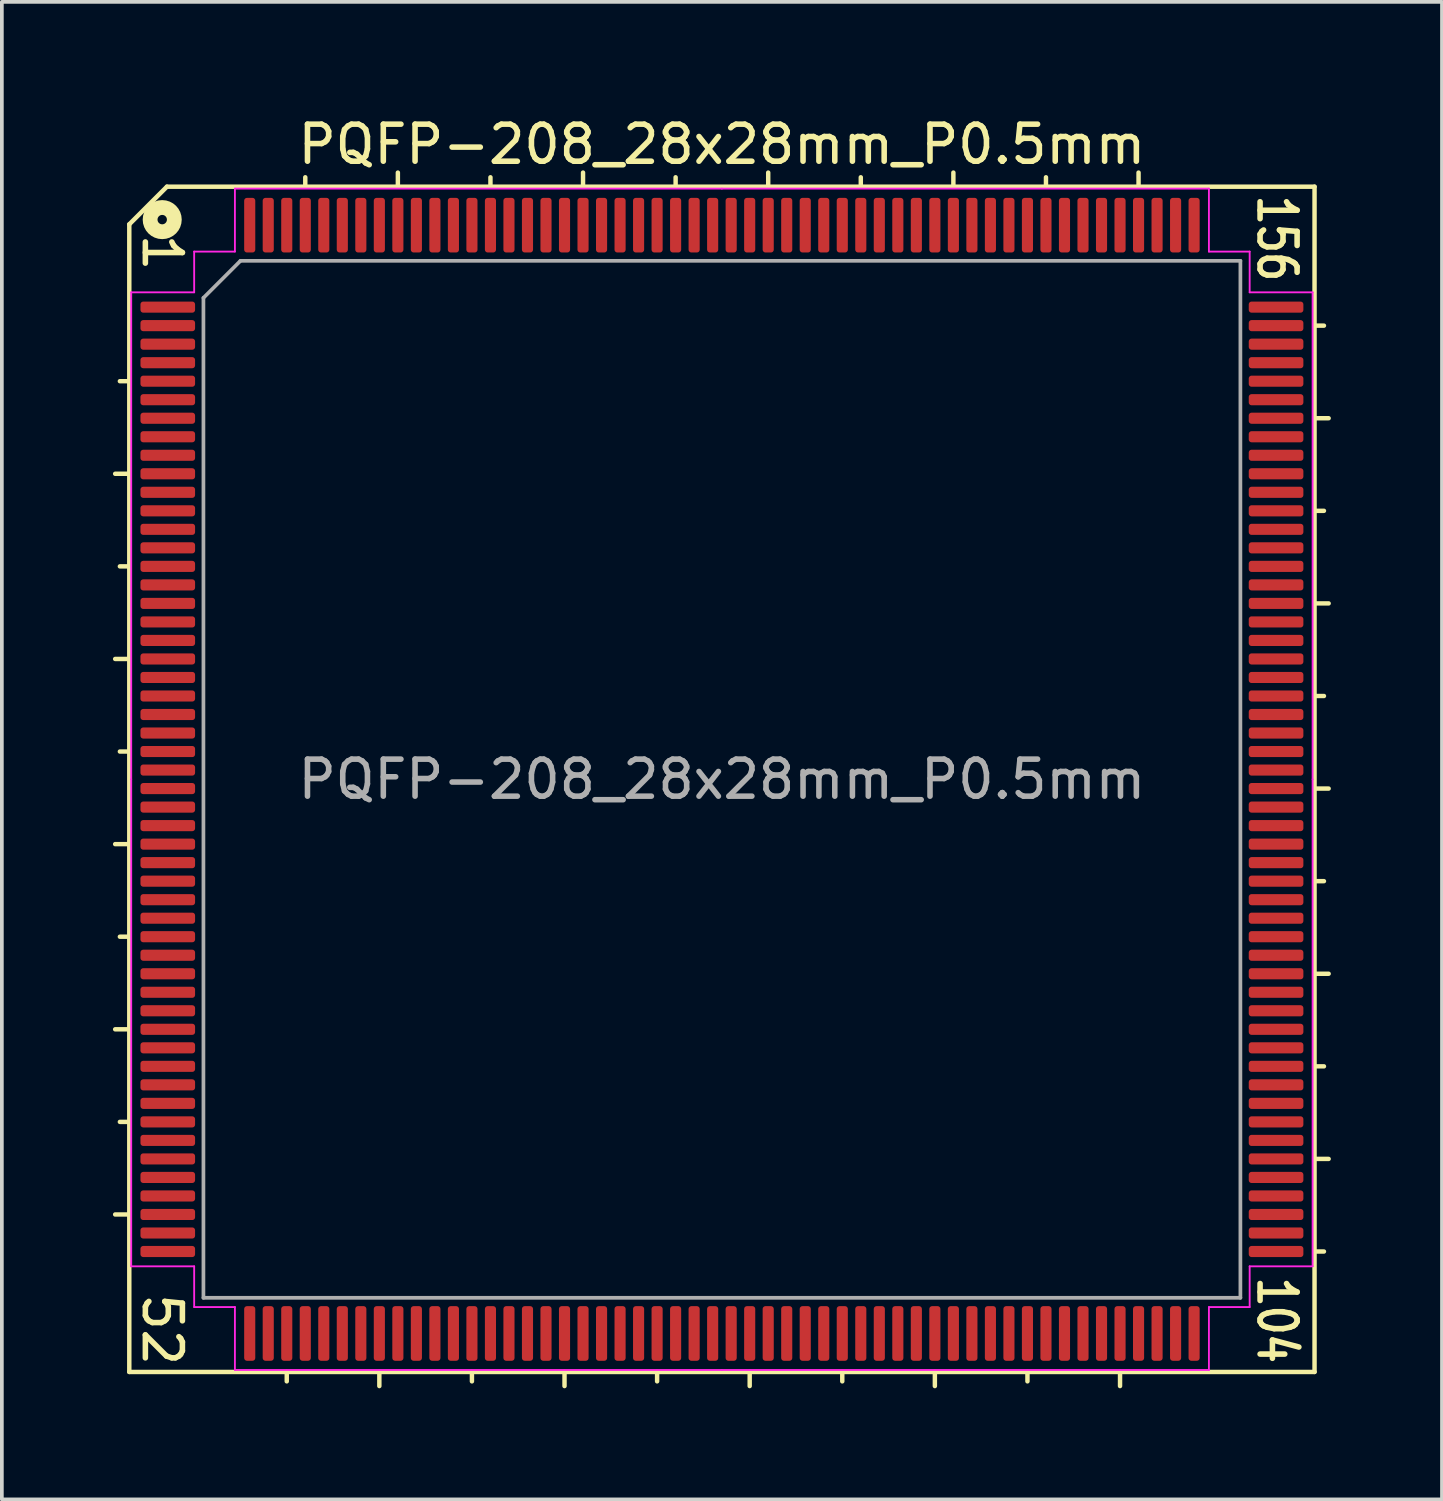
<source format=kicad_pcb>
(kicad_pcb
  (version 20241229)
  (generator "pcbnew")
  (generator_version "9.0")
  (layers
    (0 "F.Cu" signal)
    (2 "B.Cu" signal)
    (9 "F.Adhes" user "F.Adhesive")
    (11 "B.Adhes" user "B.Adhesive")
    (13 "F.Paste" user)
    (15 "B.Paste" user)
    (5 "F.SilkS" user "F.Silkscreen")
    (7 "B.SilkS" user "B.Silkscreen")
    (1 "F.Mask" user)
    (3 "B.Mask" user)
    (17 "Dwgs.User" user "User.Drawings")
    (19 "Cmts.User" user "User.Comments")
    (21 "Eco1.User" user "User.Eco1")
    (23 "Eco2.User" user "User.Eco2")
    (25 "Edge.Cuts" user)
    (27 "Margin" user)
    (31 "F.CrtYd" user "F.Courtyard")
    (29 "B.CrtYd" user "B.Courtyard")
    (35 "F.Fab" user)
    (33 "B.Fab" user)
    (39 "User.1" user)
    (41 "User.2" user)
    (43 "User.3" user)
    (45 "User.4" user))
  (footprint "PQFP-208_28x28mm_P0.5mm"
    (layer "F.Cu")
    (at 16.443 17.993)
    (property "Reference" "PQFP-208_28x28mm_P0.5mm" (at 0 -17.145 0) (layer "F.SilkS") (effects (font (size 1 1) (thickness 0.15))))
    (attr smd)
    (fp_line (start -16.002 -14.986) (end -16.002 16.002) (stroke (width 0.12) (type solid)) (layer "F.SilkS"))
    (fp_line (start -16.002 -10.75) (end -16.256 -10.75) (stroke (width 0.12) (type solid)) (layer "F.SilkS"))
    (fp_line (start -16.002 -8.25) (end -16.383 -8.25) (stroke (width 0.12) (type solid)) (layer "F.SilkS"))
    (fp_line (start -16.002 -5.75) (end -16.256 -5.75) (stroke (width 0.12) (type solid)) (layer "F.SilkS"))
    (fp_line (start -16.002 -3.25) (end -16.383 -3.25) (stroke (width 0.12) (type solid)) (layer "F.SilkS"))
    (fp_line (start -16.002 -0.75) (end -16.256 -0.75) (stroke (width 0.12) (type solid)) (layer "F.SilkS"))
    (fp_line (start -16.002 1.75) (end -16.383 1.75) (stroke (width 0.12) (type solid)) (layer "F.SilkS"))
    (fp_line (start -16.002 4.25) (end -16.256 4.25) (stroke (width 0.12) (type solid)) (layer "F.SilkS"))
    (fp_line (start -16.002 6.75) (end -16.383 6.75) (stroke (width 0.12) (type solid)) (layer "F.SilkS"))
    (fp_line (start -16.002 9.25) (end -16.256 9.25) (stroke (width 0.12) (type solid)) (layer "F.SilkS"))
    (fp_line (start -16.002 11.75) (end -16.383 11.75) (stroke (width 0.12) (type solid)) (layer "F.SilkS"))
    (fp_line (start -16.002 16.002) (end 16.002 16.002) (stroke (width 0.12) (type solid)) (layer "F.SilkS"))
    (fp_line (start -14.986 -16.002) (end -16.002 -14.986) (stroke (width 0.12) (type solid)) (layer "F.SilkS"))
    (fp_line (start -11.75 16.002) (end -11.75 16.256) (stroke (width 0.12) (type solid)) (layer "F.SilkS"))
    (fp_line (start -11.25 -16.002) (end -11.25 -16.256) (stroke (width 0.12) (type solid)) (layer "F.SilkS"))
    (fp_line (start -9.25 16.002) (end -9.25 16.383) (stroke (width 0.12) (type solid)) (layer "F.SilkS"))
    (fp_line (start -8.75 -16.002) (end -8.75 -16.383) (stroke (width 0.12) (type solid)) (layer "F.SilkS"))
    (fp_line (start -6.75 16.002) (end -6.75 16.256) (stroke (width 0.12) (type solid)) (layer "F.SilkS"))
    (fp_line (start -6.25 -16.002) (end -6.25 -16.256) (stroke (width 0.12) (type solid)) (layer "F.SilkS"))
    (fp_line (start -4.25 16.002) (end -4.25 16.383) (stroke (width 0.12) (type solid)) (layer "F.SilkS"))
    (fp_line (start -3.75 -16.002) (end -3.75 -16.383) (stroke (width 0.12) (type solid)) (layer "F.SilkS"))
    (fp_line (start -1.75 16.002) (end -1.75 16.256) (stroke (width 0.12) (type solid)) (layer "F.SilkS"))
    (fp_line (start -1.25 -16.002) (end -1.25 -16.256) (stroke (width 0.12) (type solid)) (layer "F.SilkS"))
    (fp_line (start 0.75 16.002) (end 0.75 16.383) (stroke (width 0.12) (type solid)) (layer "F.SilkS"))
    (fp_line (start 1.25 -16.002) (end 1.25 -16.383) (stroke (width 0.12) (type solid)) (layer "F.SilkS"))
    (fp_line (start 3.25 16.002) (end 3.25 16.256) (stroke (width 0.12) (type solid)) (layer "F.SilkS"))
    (fp_line (start 3.75 -16.002) (end 3.75 -16.256) (stroke (width 0.12) (type solid)) (layer "F.SilkS"))
    (fp_line (start 5.75 16.002) (end 5.75 16.383) (stroke (width 0.12) (type solid)) (layer "F.SilkS"))
    (fp_line (start 6.25 -16.002) (end 6.25 -16.383) (stroke (width 0.12) (type solid)) (layer "F.SilkS"))
    (fp_line (start 8.25 16.002) (end 8.25 16.256) (stroke (width 0.12) (type solid)) (layer "F.SilkS"))
    (fp_line (start 8.75 -16.002) (end 8.75 -16.256) (stroke (width 0.12) (type solid)) (layer "F.SilkS"))
    (fp_line (start 10.75 16.002) (end 10.75 16.383) (stroke (width 0.12) (type solid)) (layer "F.SilkS"))
    (fp_line (start 11.25 -16.002) (end 11.25 -16.383) (stroke (width 0.12) (type solid)) (layer "F.SilkS"))
    (fp_line (start 16.002 -16.002) (end -14.986 -16.002) (stroke (width 0.12) (type solid)) (layer "F.SilkS"))
    (fp_line (start 16.002 -12.25) (end 16.256 -12.25) (stroke (width 0.12) (type solid)) (layer "F.SilkS"))
    (fp_line (start 16.002 -9.75) (end 16.383 -9.75) (stroke (width 0.12) (type solid)) (layer "F.SilkS"))
    (fp_line (start 16.002 -7.25) (end 16.256 -7.25) (stroke (width 0.12) (type solid)) (layer "F.SilkS"))
    (fp_line (start 16.002 -4.75) (end 16.383 -4.75) (stroke (width 0.12) (type solid)) (layer "F.SilkS"))
    (fp_line (start 16.002 -2.25) (end 16.256 -2.25) (stroke (width 0.12) (type solid)) (layer "F.SilkS"))
    (fp_line (start 16.002 0.25) (end 16.383 0.25) (stroke (width 0.12) (type solid)) (layer "F.SilkS"))
    (fp_line (start 16.002 2.75) (end 16.256 2.75) (stroke (width 0.12) (type solid)) (layer "F.SilkS"))
    (fp_line (start 16.002 5.25) (end 16.383 5.25) (stroke (width 0.12) (type solid)) (layer "F.SilkS"))
    (fp_line (start 16.002 7.75) (end 16.256 7.75) (stroke (width 0.12) (type solid)) (layer "F.SilkS"))
    (fp_line (start 16.002 10.25) (end 16.383 10.25) (stroke (width 0.12) (type solid)) (layer "F.SilkS"))
    (fp_line (start 16.002 12.75) (end 16.256 12.75) (stroke (width 0.12) (type solid)) (layer "F.SilkS"))
    (fp_line (start 16.002 16.002) (end 16.002 -16.002) (stroke (width 0.12) (type solid)) (layer "F.SilkS"))
    (fp_circle (center -15.113 -15.113) (end -14.986 -15.113) (stroke (width 0.4) (type solid)) (fill no) (layer "F.SilkS"))
    (fp_line (start -15.95 -13.15) (end -15.95 0) (stroke (width 0.05) (type solid)) (layer "F.CrtYd"))
    (fp_line (start -15.95 13.15) (end -15.95 0) (stroke (width 0.05) (type solid)) (layer "F.CrtYd"))
    (fp_line (start -14.25 -14.25) (end -14.25 -13.15) (stroke (width 0.05) (type solid)) (layer "F.CrtYd"))
    (fp_line (start -14.25 -13.15) (end -15.95 -13.15) (stroke (width 0.05) (type solid)) (layer "F.CrtYd"))
    (fp_line (start -14.25 13.15) (end -15.95 13.15) (stroke (width 0.05) (type solid)) (layer "F.CrtYd"))
    (fp_line (start -14.25 14.25) (end -14.25 13.15) (stroke (width 0.05) (type solid)) (layer "F.CrtYd"))
    (fp_line (start -13.15 -15.95) (end -13.15 -14.25) (stroke (width 0.05) (type solid)) (layer "F.CrtYd"))
    (fp_line (start -13.15 -14.25) (end -14.25 -14.25) (stroke (width 0.05) (type solid)) (layer "F.CrtYd"))
    (fp_line (start -13.15 14.25) (end -14.25 14.25) (stroke (width 0.05) (type solid)) (layer "F.CrtYd"))
    (fp_line (start -13.15 15.95) (end -13.15 14.25) (stroke (width 0.05) (type solid)) (layer "F.CrtYd"))
    (fp_line (start 0 -15.95) (end -13.15 -15.95) (stroke (width 0.05) (type solid)) (layer "F.CrtYd"))
    (fp_line (start 0 -15.95) (end 13.15 -15.95) (stroke (width 0.05) (type solid)) (layer "F.CrtYd"))
    (fp_line (start 0 15.95) (end -13.15 15.95) (stroke (width 0.05) (type solid)) (layer "F.CrtYd"))
    (fp_line (start 0 15.95) (end 13.15 15.95) (stroke (width 0.05) (type solid)) (layer "F.CrtYd"))
    (fp_line (start 13.15 -15.95) (end 13.15 -14.25) (stroke (width 0.05) (type solid)) (layer "F.CrtYd"))
    (fp_line (start 13.15 -14.25) (end 14.25 -14.25) (stroke (width 0.05) (type solid)) (layer "F.CrtYd"))
    (fp_line (start 13.15 14.25) (end 14.25 14.25) (stroke (width 0.05) (type solid)) (layer "F.CrtYd"))
    (fp_line (start 13.15 15.95) (end 13.15 14.25) (stroke (width 0.05) (type solid)) (layer "F.CrtYd"))
    (fp_line (start 14.25 -14.25) (end 14.25 -13.15) (stroke (width 0.05) (type solid)) (layer "F.CrtYd"))
    (fp_line (start 14.25 -13.15) (end 15.95 -13.15) (stroke (width 0.05) (type solid)) (layer "F.CrtYd"))
    (fp_line (start 14.25 13.15) (end 15.95 13.15) (stroke (width 0.05) (type solid)) (layer "F.CrtYd"))
    (fp_line (start 14.25 14.25) (end 14.25 13.15) (stroke (width 0.05) (type solid)) (layer "F.CrtYd"))
    (fp_line (start 15.95 -13.15) (end 15.95 0) (stroke (width 0.05) (type solid)) (layer "F.CrtYd"))
    (fp_line (start 15.95 13.15) (end 15.95 0) (stroke (width 0.05) (type solid)) (layer "F.CrtYd"))
    (fp_line (start -14 -13) (end -13 -14) (stroke (width 0.1) (type solid)) (layer "F.Fab"))
    (fp_line (start -14 14) (end -14 -13) (stroke (width 0.1) (type solid)) (layer "F.Fab"))
    (fp_line (start -13 -14) (end 14 -14) (stroke (width 0.1) (type solid)) (layer "F.Fab"))
    (fp_line (start 14 -14) (end 14 14) (stroke (width 0.1) (type solid)) (layer "F.Fab"))
    (fp_line (start 14 14) (end -14 14) (stroke (width 0.1) (type solid)) (layer "F.Fab"))
    (fp_text user "156" (at 14.986 -14.605 270) (unlocked yes) (layer "F.SilkS") (effects (font (size 1 0.8) (thickness 0.15))))
    (fp_text user "52" (at -15.113 14.859 270) (unlocked yes) (layer "F.SilkS") (effects (font (size 1 1) (thickness 0.15))))
    (fp_text user "1" (at -15.113 -14.224 270) (unlocked yes) (layer "F.SilkS") (effects (font (size 1 1) (thickness 0.15))))
    (fp_text user "104" (at 14.986 14.605 270) (unlocked yes) (layer "F.SilkS") (effects (font (size 1 0.8) (thickness 0.15))))
    (fp_text user "${REFERENCE}" (at 0 0 0) (layer "F.Fab") (effects (font (size 1 1) (thickness 0.15))))
    (pad "1" smd roundrect (at -14.963 -12.75) (size 1.475 0.3) (layers "F.Cu" "F.Mask" "F.Paste") (roundrect_rratio 0.25))
    (pad "2" smd roundrect (at -14.963 -12.25) (size 1.475 0.3) (layers "F.Cu" "F.Mask" "F.Paste") (roundrect_rratio 0.25))
    (pad "3" smd roundrect (at -14.963 -11.75) (size 1.475 0.3) (layers "F.Cu" "F.Mask" "F.Paste") (roundrect_rratio 0.25))
    (pad "4" smd roundrect (at -14.963 -11.25) (size 1.475 0.3) (layers "F.Cu" "F.Mask" "F.Paste") (roundrect_rratio 0.25))
    (pad "5" smd roundrect (at -14.963 -10.75) (size 1.475 0.3) (layers "F.Cu" "F.Mask" "F.Paste") (roundrect_rratio 0.25))
    (pad "6" smd roundrect (at -14.963 -10.25) (size 1.475 0.3) (layers "F.Cu" "F.Mask" "F.Paste") (roundrect_rratio 0.25))
    (pad "7" smd roundrect (at -14.963 -9.75) (size 1.475 0.3) (layers "F.Cu" "F.Mask" "F.Paste") (roundrect_rratio 0.25))
    (pad "8" smd roundrect (at -14.963 -9.25) (size 1.475 0.3) (layers "F.Cu" "F.Mask" "F.Paste") (roundrect_rratio 0.25))
    (pad "9" smd roundrect (at -14.963 -8.75) (size 1.475 0.3) (layers "F.Cu" "F.Mask" "F.Paste") (roundrect_rratio 0.25))
    (pad "10" smd roundrect (at -14.963 -8.25) (size 1.475 0.3) (layers "F.Cu" "F.Mask" "F.Paste") (roundrect_rratio 0.25))
    (pad "11" smd roundrect (at -14.963 -7.75) (size 1.475 0.3) (layers "F.Cu" "F.Mask" "F.Paste") (roundrect_rratio 0.25))
    (pad "12" smd roundrect (at -14.963 -7.25) (size 1.475 0.3) (layers "F.Cu" "F.Mask" "F.Paste") (roundrect_rratio 0.25))
    (pad "13" smd roundrect (at -14.963 -6.75) (size 1.475 0.3) (layers "F.Cu" "F.Mask" "F.Paste") (roundrect_rratio 0.25))
    (pad "14" smd roundrect (at -14.963 -6.25) (size 1.475 0.3) (layers "F.Cu" "F.Mask" "F.Paste") (roundrect_rratio 0.25))
    (pad "15" smd roundrect (at -14.963 -5.75) (size 1.475 0.3) (layers "F.Cu" "F.Mask" "F.Paste") (roundrect_rratio 0.25))
    (pad "16" smd roundrect (at -14.963 -5.25) (size 1.475 0.3) (layers "F.Cu" "F.Mask" "F.Paste") (roundrect_rratio 0.25))
    (pad "17" smd roundrect (at -14.963 -4.75) (size 1.475 0.3) (layers "F.Cu" "F.Mask" "F.Paste") (roundrect_rratio 0.25))
    (pad "18" smd roundrect (at -14.963 -4.25) (size 1.475 0.3) (layers "F.Cu" "F.Mask" "F.Paste") (roundrect_rratio 0.25))
    (pad "19" smd roundrect (at -14.963 -3.75) (size 1.475 0.3) (layers "F.Cu" "F.Mask" "F.Paste") (roundrect_rratio 0.25))
    (pad "20" smd roundrect (at -14.963 -3.25) (size 1.475 0.3) (layers "F.Cu" "F.Mask" "F.Paste") (roundrect_rratio 0.25))
    (pad "21" smd roundrect (at -14.963 -2.75) (size 1.475 0.3) (layers "F.Cu" "F.Mask" "F.Paste") (roundrect_rratio 0.25))
    (pad "22" smd roundrect (at -14.963 -2.25) (size 1.475 0.3) (layers "F.Cu" "F.Mask" "F.Paste") (roundrect_rratio 0.25))
    (pad "23" smd roundrect (at -14.963 -1.75) (size 1.475 0.3) (layers "F.Cu" "F.Mask" "F.Paste") (roundrect_rratio 0.25))
    (pad "24" smd roundrect (at -14.963 -1.25) (size 1.475 0.3) (layers "F.Cu" "F.Mask" "F.Paste") (roundrect_rratio 0.25))
    (pad "25" smd roundrect (at -14.963 -0.75) (size 1.475 0.3) (layers "F.Cu" "F.Mask" "F.Paste") (roundrect_rratio 0.25))
    (pad "26" smd roundrect (at -14.963 -0.25) (size 1.475 0.3) (layers "F.Cu" "F.Mask" "F.Paste") (roundrect_rratio 0.25))
    (pad "27" smd roundrect (at -14.963 0.25) (size 1.475 0.3) (layers "F.Cu" "F.Mask" "F.Paste") (roundrect_rratio 0.25))
    (pad "28" smd roundrect (at -14.963 0.75) (size 1.475 0.3) (layers "F.Cu" "F.Mask" "F.Paste") (roundrect_rratio 0.25))
    (pad "29" smd roundrect (at -14.963 1.25) (size 1.475 0.3) (layers "F.Cu" "F.Mask" "F.Paste") (roundrect_rratio 0.25))
    (pad "30" smd roundrect (at -14.963 1.75) (size 1.475 0.3) (layers "F.Cu" "F.Mask" "F.Paste") (roundrect_rratio 0.25))
    (pad "31" smd roundrect (at -14.963 2.25) (size 1.475 0.3) (layers "F.Cu" "F.Mask" "F.Paste") (roundrect_rratio 0.25))
    (pad "32" smd roundrect (at -14.963 2.75) (size 1.475 0.3) (layers "F.Cu" "F.Mask" "F.Paste") (roundrect_rratio 0.25))
    (pad "33" smd roundrect (at -14.963 3.25) (size 1.475 0.3) (layers "F.Cu" "F.Mask" "F.Paste") (roundrect_rratio 0.25))
    (pad "34" smd roundrect (at -14.963 3.75) (size 1.475 0.3) (layers "F.Cu" "F.Mask" "F.Paste") (roundrect_rratio 0.25))
    (pad "35" smd roundrect (at -14.963 4.25) (size 1.475 0.3) (layers "F.Cu" "F.Mask" "F.Paste") (roundrect_rratio 0.25))
    (pad "36" smd roundrect (at -14.963 4.75) (size 1.475 0.3) (layers "F.Cu" "F.Mask" "F.Paste") (roundrect_rratio 0.25))
    (pad "37" smd roundrect (at -14.963 5.25) (size 1.475 0.3) (layers "F.Cu" "F.Mask" "F.Paste") (roundrect_rratio 0.25))
    (pad "38" smd roundrect (at -14.963 5.75) (size 1.475 0.3) (layers "F.Cu" "F.Mask" "F.Paste") (roundrect_rratio 0.25))
    (pad "39" smd roundrect (at -14.963 6.25) (size 1.475 0.3) (layers "F.Cu" "F.Mask" "F.Paste") (roundrect_rratio 0.25))
    (pad "40" smd roundrect (at -14.963 6.75) (size 1.475 0.3) (layers "F.Cu" "F.Mask" "F.Paste") (roundrect_rratio 0.25))
    (pad "41" smd roundrect (at -14.963 7.25) (size 1.475 0.3) (layers "F.Cu" "F.Mask" "F.Paste") (roundrect_rratio 0.25))
    (pad "42" smd roundrect (at -14.963 7.75) (size 1.475 0.3) (layers "F.Cu" "F.Mask" "F.Paste") (roundrect_rratio 0.25))
    (pad "43" smd roundrect (at -14.963 8.25) (size 1.475 0.3) (layers "F.Cu" "F.Mask" "F.Paste") (roundrect_rratio 0.25))
    (pad "44" smd roundrect (at -14.963 8.75) (size 1.475 0.3) (layers "F.Cu" "F.Mask" "F.Paste") (roundrect_rratio 0.25))
    (pad "45" smd roundrect (at -14.963 9.25) (size 1.475 0.3) (layers "F.Cu" "F.Mask" "F.Paste") (roundrect_rratio 0.25))
    (pad "46" smd roundrect (at -14.963 9.75) (size 1.475 0.3) (layers "F.Cu" "F.Mask" "F.Paste") (roundrect_rratio 0.25))
    (pad "47" smd roundrect (at -14.963 10.25) (size 1.475 0.3) (layers "F.Cu" "F.Mask" "F.Paste") (roundrect_rratio 0.25))
    (pad "48" smd roundrect (at -14.963 10.75) (size 1.475 0.3) (layers "F.Cu" "F.Mask" "F.Paste") (roundrect_rratio 0.25))
    (pad "49" smd roundrect (at -14.963 11.25) (size 1.475 0.3) (layers "F.Cu" "F.Mask" "F.Paste") (roundrect_rratio 0.25))
    (pad "50" smd roundrect (at -14.963 11.75) (size 1.475 0.3) (layers "F.Cu" "F.Mask" "F.Paste") (roundrect_rratio 0.25))
    (pad "51" smd roundrect (at -14.963 12.25) (size 1.475 0.3) (layers "F.Cu" "F.Mask" "F.Paste") (roundrect_rratio 0.25))
    (pad "52" smd roundrect (at -14.963 12.75) (size 1.475 0.3) (layers "F.Cu" "F.Mask" "F.Paste") (roundrect_rratio 0.25))
    (pad "53" smd roundrect (at -12.75 14.963) (size 0.3 1.475) (layers "F.Cu" "F.Mask" "F.Paste") (roundrect_rratio 0.25))
    (pad "54" smd roundrect (at -12.25 14.963) (size 0.3 1.475) (layers "F.Cu" "F.Mask" "F.Paste") (roundrect_rratio 0.25))
    (pad "55" smd roundrect (at -11.75 14.963) (size 0.3 1.475) (layers "F.Cu" "F.Mask" "F.Paste") (roundrect_rratio 0.25))
    (pad "56" smd roundrect (at -11.25 14.963) (size 0.3 1.475) (layers "F.Cu" "F.Mask" "F.Paste") (roundrect_rratio 0.25))
    (pad "57" smd roundrect (at -10.75 14.963) (size 0.3 1.475) (layers "F.Cu" "F.Mask" "F.Paste") (roundrect_rratio 0.25))
    (pad "58" smd roundrect (at -10.25 14.963) (size 0.3 1.475) (layers "F.Cu" "F.Mask" "F.Paste") (roundrect_rratio 0.25))
    (pad "59" smd roundrect (at -9.75 14.963) (size 0.3 1.475) (layers "F.Cu" "F.Mask" "F.Paste") (roundrect_rratio 0.25))
    (pad "60" smd roundrect (at -9.25 14.963) (size 0.3 1.475) (layers "F.Cu" "F.Mask" "F.Paste") (roundrect_rratio 0.25))
    (pad "61" smd roundrect (at -8.75 14.963) (size 0.3 1.475) (layers "F.Cu" "F.Mask" "F.Paste") (roundrect_rratio 0.25))
    (pad "62" smd roundrect (at -8.25 14.963) (size 0.3 1.475) (layers "F.Cu" "F.Mask" "F.Paste") (roundrect_rratio 0.25))
    (pad "63" smd roundrect (at -7.75 14.963) (size 0.3 1.475) (layers "F.Cu" "F.Mask" "F.Paste") (roundrect_rratio 0.25))
    (pad "64" smd roundrect (at -7.25 14.963) (size 0.3 1.475) (layers "F.Cu" "F.Mask" "F.Paste") (roundrect_rratio 0.25))
    (pad "65" smd roundrect (at -6.75 14.963) (size 0.3 1.475) (layers "F.Cu" "F.Mask" "F.Paste") (roundrect_rratio 0.25))
    (pad "66" smd roundrect (at -6.25 14.963) (size 0.3 1.475) (layers "F.Cu" "F.Mask" "F.Paste") (roundrect_rratio 0.25))
    (pad "67" smd roundrect (at -5.75 14.963) (size 0.3 1.475) (layers "F.Cu" "F.Mask" "F.Paste") (roundrect_rratio 0.25))
    (pad "68" smd roundrect (at -5.25 14.963) (size 0.3 1.475) (layers "F.Cu" "F.Mask" "F.Paste") (roundrect_rratio 0.25))
    (pad "69" smd roundrect (at -4.75 14.963) (size 0.3 1.475) (layers "F.Cu" "F.Mask" "F.Paste") (roundrect_rratio 0.25))
    (pad "70" smd roundrect (at -4.25 14.963) (size 0.3 1.475) (layers "F.Cu" "F.Mask" "F.Paste") (roundrect_rratio 0.25))
    (pad "71" smd roundrect (at -3.75 14.963) (size 0.3 1.475) (layers "F.Cu" "F.Mask" "F.Paste") (roundrect_rratio 0.25))
    (pad "72" smd roundrect (at -3.25 14.963) (size 0.3 1.475) (layers "F.Cu" "F.Mask" "F.Paste") (roundrect_rratio 0.25))
    (pad "73" smd roundrect (at -2.75 14.963) (size 0.3 1.475) (layers "F.Cu" "F.Mask" "F.Paste") (roundrect_rratio 0.25))
    (pad "74" smd roundrect (at -2.25 14.963) (size 0.3 1.475) (layers "F.Cu" "F.Mask" "F.Paste") (roundrect_rratio 0.25))
    (pad "75" smd roundrect (at -1.75 14.963) (size 0.3 1.475) (layers "F.Cu" "F.Mask" "F.Paste") (roundrect_rratio 0.25))
    (pad "76" smd roundrect (at -1.25 14.963) (size 0.3 1.475) (layers "F.Cu" "F.Mask" "F.Paste") (roundrect_rratio 0.25))
    (pad "77" smd roundrect (at -0.75 14.963) (size 0.3 1.475) (layers "F.Cu" "F.Mask" "F.Paste") (roundrect_rratio 0.25))
    (pad "78" smd roundrect (at -0.25 14.963) (size 0.3 1.475) (layers "F.Cu" "F.Mask" "F.Paste") (roundrect_rratio 0.25))
    (pad "79" smd roundrect (at 0.25 14.963) (size 0.3 1.475) (layers "F.Cu" "F.Mask" "F.Paste") (roundrect_rratio 0.25))
    (pad "80" smd roundrect (at 0.75 14.963) (size 0.3 1.475) (layers "F.Cu" "F.Mask" "F.Paste") (roundrect_rratio 0.25))
    (pad "81" smd roundrect (at 1.25 14.963) (size 0.3 1.475) (layers "F.Cu" "F.Mask" "F.Paste") (roundrect_rratio 0.25))
    (pad "82" smd roundrect (at 1.75 14.963) (size 0.3 1.475) (layers "F.Cu" "F.Mask" "F.Paste") (roundrect_rratio 0.25))
    (pad "83" smd roundrect (at 2.25 14.963) (size 0.3 1.475) (layers "F.Cu" "F.Mask" "F.Paste") (roundrect_rratio 0.25))
    (pad "84" smd roundrect (at 2.75 14.963) (size 0.3 1.475) (layers "F.Cu" "F.Mask" "F.Paste") (roundrect_rratio 0.25))
    (pad "85" smd roundrect (at 3.25 14.963) (size 0.3 1.475) (layers "F.Cu" "F.Mask" "F.Paste") (roundrect_rratio 0.25))
    (pad "86" smd roundrect (at 3.75 14.963) (size 0.3 1.475) (layers "F.Cu" "F.Mask" "F.Paste") (roundrect_rratio 0.25))
    (pad "87" smd roundrect (at 4.25 14.963) (size 0.3 1.475) (layers "F.Cu" "F.Mask" "F.Paste") (roundrect_rratio 0.25))
    (pad "88" smd roundrect (at 4.75 14.963) (size 0.3 1.475) (layers "F.Cu" "F.Mask" "F.Paste") (roundrect_rratio 0.25))
    (pad "89" smd roundrect (at 5.25 14.963) (size 0.3 1.475) (layers "F.Cu" "F.Mask" "F.Paste") (roundrect_rratio 0.25))
    (pad "90" smd roundrect (at 5.75 14.963) (size 0.3 1.475) (layers "F.Cu" "F.Mask" "F.Paste") (roundrect_rratio 0.25))
    (pad "91" smd roundrect (at 6.25 14.963) (size 0.3 1.475) (layers "F.Cu" "F.Mask" "F.Paste") (roundrect_rratio 0.25))
    (pad "92" smd roundrect (at 6.75 14.963) (size 0.3 1.475) (layers "F.Cu" "F.Mask" "F.Paste") (roundrect_rratio 0.25))
    (pad "93" smd roundrect (at 7.25 14.963) (size 0.3 1.475) (layers "F.Cu" "F.Mask" "F.Paste") (roundrect_rratio 0.25))
    (pad "94" smd roundrect (at 7.75 14.963) (size 0.3 1.475) (layers "F.Cu" "F.Mask" "F.Paste") (roundrect_rratio 0.25))
    (pad "95" smd roundrect (at 8.25 14.963) (size 0.3 1.475) (layers "F.Cu" "F.Mask" "F.Paste") (roundrect_rratio 0.25))
    (pad "96" smd roundrect (at 8.75 14.963) (size 0.3 1.475) (layers "F.Cu" "F.Mask" "F.Paste") (roundrect_rratio 0.25))
    (pad "97" smd roundrect (at 9.25 14.963) (size 0.3 1.475) (layers "F.Cu" "F.Mask" "F.Paste") (roundrect_rratio 0.25))
    (pad "98" smd roundrect (at 9.75 14.963) (size 0.3 1.475) (layers "F.Cu" "F.Mask" "F.Paste") (roundrect_rratio 0.25))
    (pad "99" smd roundrect (at 10.25 14.963) (size 0.3 1.475) (layers "F.Cu" "F.Mask" "F.Paste") (roundrect_rratio 0.25))
    (pad "100" smd roundrect (at 10.75 14.963) (size 0.3 1.475) (layers "F.Cu" "F.Mask" "F.Paste") (roundrect_rratio 0.25))
    (pad "101" smd roundrect (at 11.25 14.963) (size 0.3 1.475) (layers "F.Cu" "F.Mask" "F.Paste") (roundrect_rratio 0.25))
    (pad "102" smd roundrect (at 11.75 14.963) (size 0.3 1.475) (layers "F.Cu" "F.Mask" "F.Paste") (roundrect_rratio 0.25))
    (pad "103" smd roundrect (at 12.25 14.963) (size 0.3 1.475) (layers "F.Cu" "F.Mask" "F.Paste") (roundrect_rratio 0.25))
    (pad "104" smd roundrect (at 12.75 14.963) (size 0.3 1.475) (layers "F.Cu" "F.Mask" "F.Paste") (roundrect_rratio 0.25))
    (pad "105" smd roundrect (at 14.963 12.75) (size 1.475 0.3) (layers "F.Cu" "F.Mask" "F.Paste") (roundrect_rratio 0.25))
    (pad "106" smd roundrect (at 14.963 12.25) (size 1.475 0.3) (layers "F.Cu" "F.Mask" "F.Paste") (roundrect_rratio 0.25))
    (pad "107" smd roundrect (at 14.963 11.75) (size 1.475 0.3) (layers "F.Cu" "F.Mask" "F.Paste") (roundrect_rratio 0.25))
    (pad "108" smd roundrect (at 14.963 11.25) (size 1.475 0.3) (layers "F.Cu" "F.Mask" "F.Paste") (roundrect_rratio 0.25))
    (pad "109" smd roundrect (at 14.963 10.75) (size 1.475 0.3) (layers "F.Cu" "F.Mask" "F.Paste") (roundrect_rratio 0.25))
    (pad "110" smd roundrect (at 14.963 10.25) (size 1.475 0.3) (layers "F.Cu" "F.Mask" "F.Paste") (roundrect_rratio 0.25))
    (pad "111" smd roundrect (at 14.963 9.75) (size 1.475 0.3) (layers "F.Cu" "F.Mask" "F.Paste") (roundrect_rratio 0.25))
    (pad "112" smd roundrect (at 14.963 9.25) (size 1.475 0.3) (layers "F.Cu" "F.Mask" "F.Paste") (roundrect_rratio 0.25))
    (pad "113" smd roundrect (at 14.963 8.75) (size 1.475 0.3) (layers "F.Cu" "F.Mask" "F.Paste") (roundrect_rratio 0.25))
    (pad "114" smd roundrect (at 14.963 8.25) (size 1.475 0.3) (layers "F.Cu" "F.Mask" "F.Paste") (roundrect_rratio 0.25))
    (pad "115" smd roundrect (at 14.963 7.75) (size 1.475 0.3) (layers "F.Cu" "F.Mask" "F.Paste") (roundrect_rratio 0.25))
    (pad "116" smd roundrect (at 14.963 7.25) (size 1.475 0.3) (layers "F.Cu" "F.Mask" "F.Paste") (roundrect_rratio 0.25))
    (pad "117" smd roundrect (at 14.963 6.75) (size 1.475 0.3) (layers "F.Cu" "F.Mask" "F.Paste") (roundrect_rratio 0.25))
    (pad "118" smd roundrect (at 14.963 6.25) (size 1.475 0.3) (layers "F.Cu" "F.Mask" "F.Paste") (roundrect_rratio 0.25))
    (pad "119" smd roundrect (at 14.963 5.75) (size 1.475 0.3) (layers "F.Cu" "F.Mask" "F.Paste") (roundrect_rratio 0.25))
    (pad "120" smd roundrect (at 14.963 5.25) (size 1.475 0.3) (layers "F.Cu" "F.Mask" "F.Paste") (roundrect_rratio 0.25))
    (pad "121" smd roundrect (at 14.963 4.75) (size 1.475 0.3) (layers "F.Cu" "F.Mask" "F.Paste") (roundrect_rratio 0.25))
    (pad "122" smd roundrect (at 14.963 4.25) (size 1.475 0.3) (layers "F.Cu" "F.Mask" "F.Paste") (roundrect_rratio 0.25))
    (pad "123" smd roundrect (at 14.963 3.75) (size 1.475 0.3) (layers "F.Cu" "F.Mask" "F.Paste") (roundrect_rratio 0.25))
    (pad "124" smd roundrect (at 14.963 3.25) (size 1.475 0.3) (layers "F.Cu" "F.Mask" "F.Paste") (roundrect_rratio 0.25))
    (pad "125" smd roundrect (at 14.963 2.75) (size 1.475 0.3) (layers "F.Cu" "F.Mask" "F.Paste") (roundrect_rratio 0.25))
    (pad "126" smd roundrect (at 14.963 2.25) (size 1.475 0.3) (layers "F.Cu" "F.Mask" "F.Paste") (roundrect_rratio 0.25))
    (pad "127" smd roundrect (at 14.963 1.75) (size 1.475 0.3) (layers "F.Cu" "F.Mask" "F.Paste") (roundrect_rratio 0.25))
    (pad "128" smd roundrect (at 14.963 1.25) (size 1.475 0.3) (layers "F.Cu" "F.Mask" "F.Paste") (roundrect_rratio 0.25))
    (pad "129" smd roundrect (at 14.963 0.75) (size 1.475 0.3) (layers "F.Cu" "F.Mask" "F.Paste") (roundrect_rratio 0.25))
    (pad "130" smd roundrect (at 14.963 0.25) (size 1.475 0.3) (layers "F.Cu" "F.Mask" "F.Paste") (roundrect_rratio 0.25))
    (pad "131" smd roundrect (at 14.963 -0.25) (size 1.475 0.3) (layers "F.Cu" "F.Mask" "F.Paste") (roundrect_rratio 0.25))
    (pad "132" smd roundrect (at 14.963 -0.75) (size 1.475 0.3) (layers "F.Cu" "F.Mask" "F.Paste") (roundrect_rratio 0.25))
    (pad "133" smd roundrect (at 14.963 -1.25) (size 1.475 0.3) (layers "F.Cu" "F.Mask" "F.Paste") (roundrect_rratio 0.25))
    (pad "134" smd roundrect (at 14.963 -1.75) (size 1.475 0.3) (layers "F.Cu" "F.Mask" "F.Paste") (roundrect_rratio 0.25))
    (pad "135" smd roundrect (at 14.963 -2.25) (size 1.475 0.3) (layers "F.Cu" "F.Mask" "F.Paste") (roundrect_rratio 0.25))
    (pad "136" smd roundrect (at 14.963 -2.75) (size 1.475 0.3) (layers "F.Cu" "F.Mask" "F.Paste") (roundrect_rratio 0.25))
    (pad "137" smd roundrect (at 14.963 -3.25) (size 1.475 0.3) (layers "F.Cu" "F.Mask" "F.Paste") (roundrect_rratio 0.25))
    (pad "138" smd roundrect (at 14.963 -3.75) (size 1.475 0.3) (layers "F.Cu" "F.Mask" "F.Paste") (roundrect_rratio 0.25))
    (pad "139" smd roundrect (at 14.963 -4.25) (size 1.475 0.3) (layers "F.Cu" "F.Mask" "F.Paste") (roundrect_rratio 0.25))
    (pad "140" smd roundrect (at 14.963 -4.75) (size 1.475 0.3) (layers "F.Cu" "F.Mask" "F.Paste") (roundrect_rratio 0.25))
    (pad "141" smd roundrect (at 14.963 -5.25) (size 1.475 0.3) (layers "F.Cu" "F.Mask" "F.Paste") (roundrect_rratio 0.25))
    (pad "142" smd roundrect (at 14.963 -5.75) (size 1.475 0.3) (layers "F.Cu" "F.Mask" "F.Paste") (roundrect_rratio 0.25))
    (pad "143" smd roundrect (at 14.963 -6.25) (size 1.475 0.3) (layers "F.Cu" "F.Mask" "F.Paste") (roundrect_rratio 0.25))
    (pad "144" smd roundrect (at 14.963 -6.75) (size 1.475 0.3) (layers "F.Cu" "F.Mask" "F.Paste") (roundrect_rratio 0.25))
    (pad "145" smd roundrect (at 14.963 -7.25) (size 1.475 0.3) (layers "F.Cu" "F.Mask" "F.Paste") (roundrect_rratio 0.25))
    (pad "146" smd roundrect (at 14.963 -7.75) (size 1.475 0.3) (layers "F.Cu" "F.Mask" "F.Paste") (roundrect_rratio 0.25))
    (pad "147" smd roundrect (at 14.963 -8.25) (size 1.475 0.3) (layers "F.Cu" "F.Mask" "F.Paste") (roundrect_rratio 0.25))
    (pad "148" smd roundrect (at 14.963 -8.75) (size 1.475 0.3) (layers "F.Cu" "F.Mask" "F.Paste") (roundrect_rratio 0.25))
    (pad "149" smd roundrect (at 14.963 -9.25) (size 1.475 0.3) (layers "F.Cu" "F.Mask" "F.Paste") (roundrect_rratio 0.25))
    (pad "150" smd roundrect (at 14.963 -9.75) (size 1.475 0.3) (layers "F.Cu" "F.Mask" "F.Paste") (roundrect_rratio 0.25))
    (pad "151" smd roundrect (at 14.963 -10.25) (size 1.475 0.3) (layers "F.Cu" "F.Mask" "F.Paste") (roundrect_rratio 0.25))
    (pad "152" smd roundrect (at 14.963 -10.75) (size 1.475 0.3) (layers "F.Cu" "F.Mask" "F.Paste") (roundrect_rratio 0.25))
    (pad "153" smd roundrect (at 14.963 -11.25) (size 1.475 0.3) (layers "F.Cu" "F.Mask" "F.Paste") (roundrect_rratio 0.25))
    (pad "154" smd roundrect (at 14.963 -11.75) (size 1.475 0.3) (layers "F.Cu" "F.Mask" "F.Paste") (roundrect_rratio 0.25))
    (pad "155" smd roundrect (at 14.963 -12.25) (size 1.475 0.3) (layers "F.Cu" "F.Mask" "F.Paste") (roundrect_rratio 0.25))
    (pad "156" smd roundrect (at 14.963 -12.75) (size 1.475 0.3) (layers "F.Cu" "F.Mask" "F.Paste") (roundrect_rratio 0.25))
    (pad "157" smd roundrect (at 12.75 -14.963) (size 0.3 1.475) (layers "F.Cu" "F.Mask" "F.Paste") (roundrect_rratio 0.25))
    (pad "158" smd roundrect (at 12.25 -14.963) (size 0.3 1.475) (layers "F.Cu" "F.Mask" "F.Paste") (roundrect_rratio 0.25))
    (pad "159" smd roundrect (at 11.75 -14.963) (size 0.3 1.475) (layers "F.Cu" "F.Mask" "F.Paste") (roundrect_rratio 0.25))
    (pad "160" smd roundrect (at 11.25 -14.963) (size 0.3 1.475) (layers "F.Cu" "F.Mask" "F.Paste") (roundrect_rratio 0.25))
    (pad "161" smd roundrect (at 10.75 -14.963) (size 0.3 1.475) (layers "F.Cu" "F.Mask" "F.Paste") (roundrect_rratio 0.25))
    (pad "162" smd roundrect (at 10.25 -14.963) (size 0.3 1.475) (layers "F.Cu" "F.Mask" "F.Paste") (roundrect_rratio 0.25))
    (pad "163" smd roundrect (at 9.75 -14.963) (size 0.3 1.475) (layers "F.Cu" "F.Mask" "F.Paste") (roundrect_rratio 0.25))
    (pad "164" smd roundrect (at 9.25 -14.963) (size 0.3 1.475) (layers "F.Cu" "F.Mask" "F.Paste") (roundrect_rratio 0.25))
    (pad "165" smd roundrect (at 8.75 -14.963) (size 0.3 1.475) (layers "F.Cu" "F.Mask" "F.Paste") (roundrect_rratio 0.25))
    (pad "166" smd roundrect (at 8.25 -14.963) (size 0.3 1.475) (layers "F.Cu" "F.Mask" "F.Paste") (roundrect_rratio 0.25))
    (pad "167" smd roundrect (at 7.75 -14.963) (size 0.3 1.475) (layers "F.Cu" "F.Mask" "F.Paste") (roundrect_rratio 0.25))
    (pad "168" smd roundrect (at 7.25 -14.963) (size 0.3 1.475) (layers "F.Cu" "F.Mask" "F.Paste") (roundrect_rratio 0.25))
    (pad "169" smd roundrect (at 6.75 -14.963) (size 0.3 1.475) (layers "F.Cu" "F.Mask" "F.Paste") (roundrect_rratio 0.25))
    (pad "170" smd roundrect (at 6.25 -14.963) (size 0.3 1.475) (layers "F.Cu" "F.Mask" "F.Paste") (roundrect_rratio 0.25))
    (pad "171" smd roundrect (at 5.75 -14.963) (size 0.3 1.475) (layers "F.Cu" "F.Mask" "F.Paste") (roundrect_rratio 0.25))
    (pad "172" smd roundrect (at 5.25 -14.963) (size 0.3 1.475) (layers "F.Cu" "F.Mask" "F.Paste") (roundrect_rratio 0.25))
    (pad "173" smd roundrect (at 4.75 -14.963) (size 0.3 1.475) (layers "F.Cu" "F.Mask" "F.Paste") (roundrect_rratio 0.25))
    (pad "174" smd roundrect (at 4.25 -14.963) (size 0.3 1.475) (layers "F.Cu" "F.Mask" "F.Paste") (roundrect_rratio 0.25))
    (pad "175" smd roundrect (at 3.75 -14.963) (size 0.3 1.475) (layers "F.Cu" "F.Mask" "F.Paste") (roundrect_rratio 0.25))
    (pad "176" smd roundrect (at 3.25 -14.963) (size 0.3 1.475) (layers "F.Cu" "F.Mask" "F.Paste") (roundrect_rratio 0.25))
    (pad "177" smd roundrect (at 2.75 -14.963) (size 0.3 1.475) (layers "F.Cu" "F.Mask" "F.Paste") (roundrect_rratio 0.25))
    (pad "178" smd roundrect (at 2.25 -14.963) (size 0.3 1.475) (layers "F.Cu" "F.Mask" "F.Paste") (roundrect_rratio 0.25))
    (pad "179" smd roundrect (at 1.75 -14.963) (size 0.3 1.475) (layers "F.Cu" "F.Mask" "F.Paste") (roundrect_rratio 0.25))
    (pad "180" smd roundrect (at 1.25 -14.963) (size 0.3 1.475) (layers "F.Cu" "F.Mask" "F.Paste") (roundrect_rratio 0.25))
    (pad "181" smd roundrect (at 0.75 -14.963) (size 0.3 1.475) (layers "F.Cu" "F.Mask" "F.Paste") (roundrect_rratio 0.25))
    (pad "182" smd roundrect (at 0.25 -14.963) (size 0.3 1.475) (layers "F.Cu" "F.Mask" "F.Paste") (roundrect_rratio 0.25))
    (pad "183" smd roundrect (at -0.25 -14.963) (size 0.3 1.475) (layers "F.Cu" "F.Mask" "F.Paste") (roundrect_rratio 0.25))
    (pad "184" smd roundrect (at -0.75 -14.963) (size 0.3 1.475) (layers "F.Cu" "F.Mask" "F.Paste") (roundrect_rratio 0.25))
    (pad "185" smd roundrect (at -1.25 -14.963) (size 0.3 1.475) (layers "F.Cu" "F.Mask" "F.Paste") (roundrect_rratio 0.25))
    (pad "186" smd roundrect (at -1.75 -14.963) (size 0.3 1.475) (layers "F.Cu" "F.Mask" "F.Paste") (roundrect_rratio 0.25))
    (pad "187" smd roundrect (at -2.25 -14.963) (size 0.3 1.475) (layers "F.Cu" "F.Mask" "F.Paste") (roundrect_rratio 0.25))
    (pad "188" smd roundrect (at -2.75 -14.963) (size 0.3 1.475) (layers "F.Cu" "F.Mask" "F.Paste") (roundrect_rratio 0.25))
    (pad "189" smd roundrect (at -3.25 -14.963) (size 0.3 1.475) (layers "F.Cu" "F.Mask" "F.Paste") (roundrect_rratio 0.25))
    (pad "190" smd roundrect (at -3.75 -14.963) (size 0.3 1.475) (layers "F.Cu" "F.Mask" "F.Paste") (roundrect_rratio 0.25))
    (pad "191" smd roundrect (at -4.25 -14.963) (size 0.3 1.475) (layers "F.Cu" "F.Mask" "F.Paste") (roundrect_rratio 0.25))
    (pad "192" smd roundrect (at -4.75 -14.963) (size 0.3 1.475) (layers "F.Cu" "F.Mask" "F.Paste") (roundrect_rratio 0.25))
    (pad "193" smd roundrect (at -5.25 -14.963) (size 0.3 1.475) (layers "F.Cu" "F.Mask" "F.Paste") (roundrect_rratio 0.25))
    (pad "194" smd roundrect (at -5.75 -14.963) (size 0.3 1.475) (layers "F.Cu" "F.Mask" "F.Paste") (roundrect_rratio 0.25))
    (pad "195" smd roundrect (at -6.25 -14.963) (size 0.3 1.475) (layers "F.Cu" "F.Mask" "F.Paste") (roundrect_rratio 0.25))
    (pad "196" smd roundrect (at -6.75 -14.963) (size 0.3 1.475) (layers "F.Cu" "F.Mask" "F.Paste") (roundrect_rratio 0.25))
    (pad "197" smd roundrect (at -7.25 -14.963) (size 0.3 1.475) (layers "F.Cu" "F.Mask" "F.Paste") (roundrect_rratio 0.25))
    (pad "198" smd roundrect (at -7.75 -14.963) (size 0.3 1.475) (layers "F.Cu" "F.Mask" "F.Paste") (roundrect_rratio 0.25))
    (pad "199" smd roundrect (at -8.25 -14.963) (size 0.3 1.475) (layers "F.Cu" "F.Mask" "F.Paste") (roundrect_rratio 0.25))
    (pad "200" smd roundrect (at -8.75 -14.963) (size 0.3 1.475) (layers "F.Cu" "F.Mask" "F.Paste") (roundrect_rratio 0.25))
    (pad "201" smd roundrect (at -9.25 -14.963) (size 0.3 1.475) (layers "F.Cu" "F.Mask" "F.Paste") (roundrect_rratio 0.25))
    (pad "202" smd roundrect (at -9.75 -14.963) (size 0.3 1.475) (layers "F.Cu" "F.Mask" "F.Paste") (roundrect_rratio 0.25))
    (pad "203" smd roundrect (at -10.25 -14.963) (size 0.3 1.475) (layers "F.Cu" "F.Mask" "F.Paste") (roundrect_rratio 0.25))
    (pad "204" smd roundrect (at -10.75 -14.963) (size 0.3 1.475) (layers "F.Cu" "F.Mask" "F.Paste") (roundrect_rratio 0.25))
    (pad "205" smd roundrect (at -11.25 -14.963) (size 0.3 1.475) (layers "F.Cu" "F.Mask" "F.Paste") (roundrect_rratio 0.25))
    (pad "206" smd roundrect (at -11.75 -14.963) (size 0.3 1.475) (layers "F.Cu" "F.Mask" "F.Paste") (roundrect_rratio 0.25))
    (pad "207" smd roundrect (at -12.25 -14.963) (size 0.3 1.475) (layers "F.Cu" "F.Mask" "F.Paste") (roundrect_rratio 0.25))
    (pad "208" smd roundrect (at -12.75 -14.963) (size 0.3 1.475) (layers "F.Cu" "F.Mask" "F.Paste") (roundrect_rratio 0.25)))
  (gr_rect
    (start -3 -3)
    (end 35.886 37.436)
    (stroke (width 0.1) (type default))
    (fill no)
    (layer "Edge.Cuts")))
</source>
